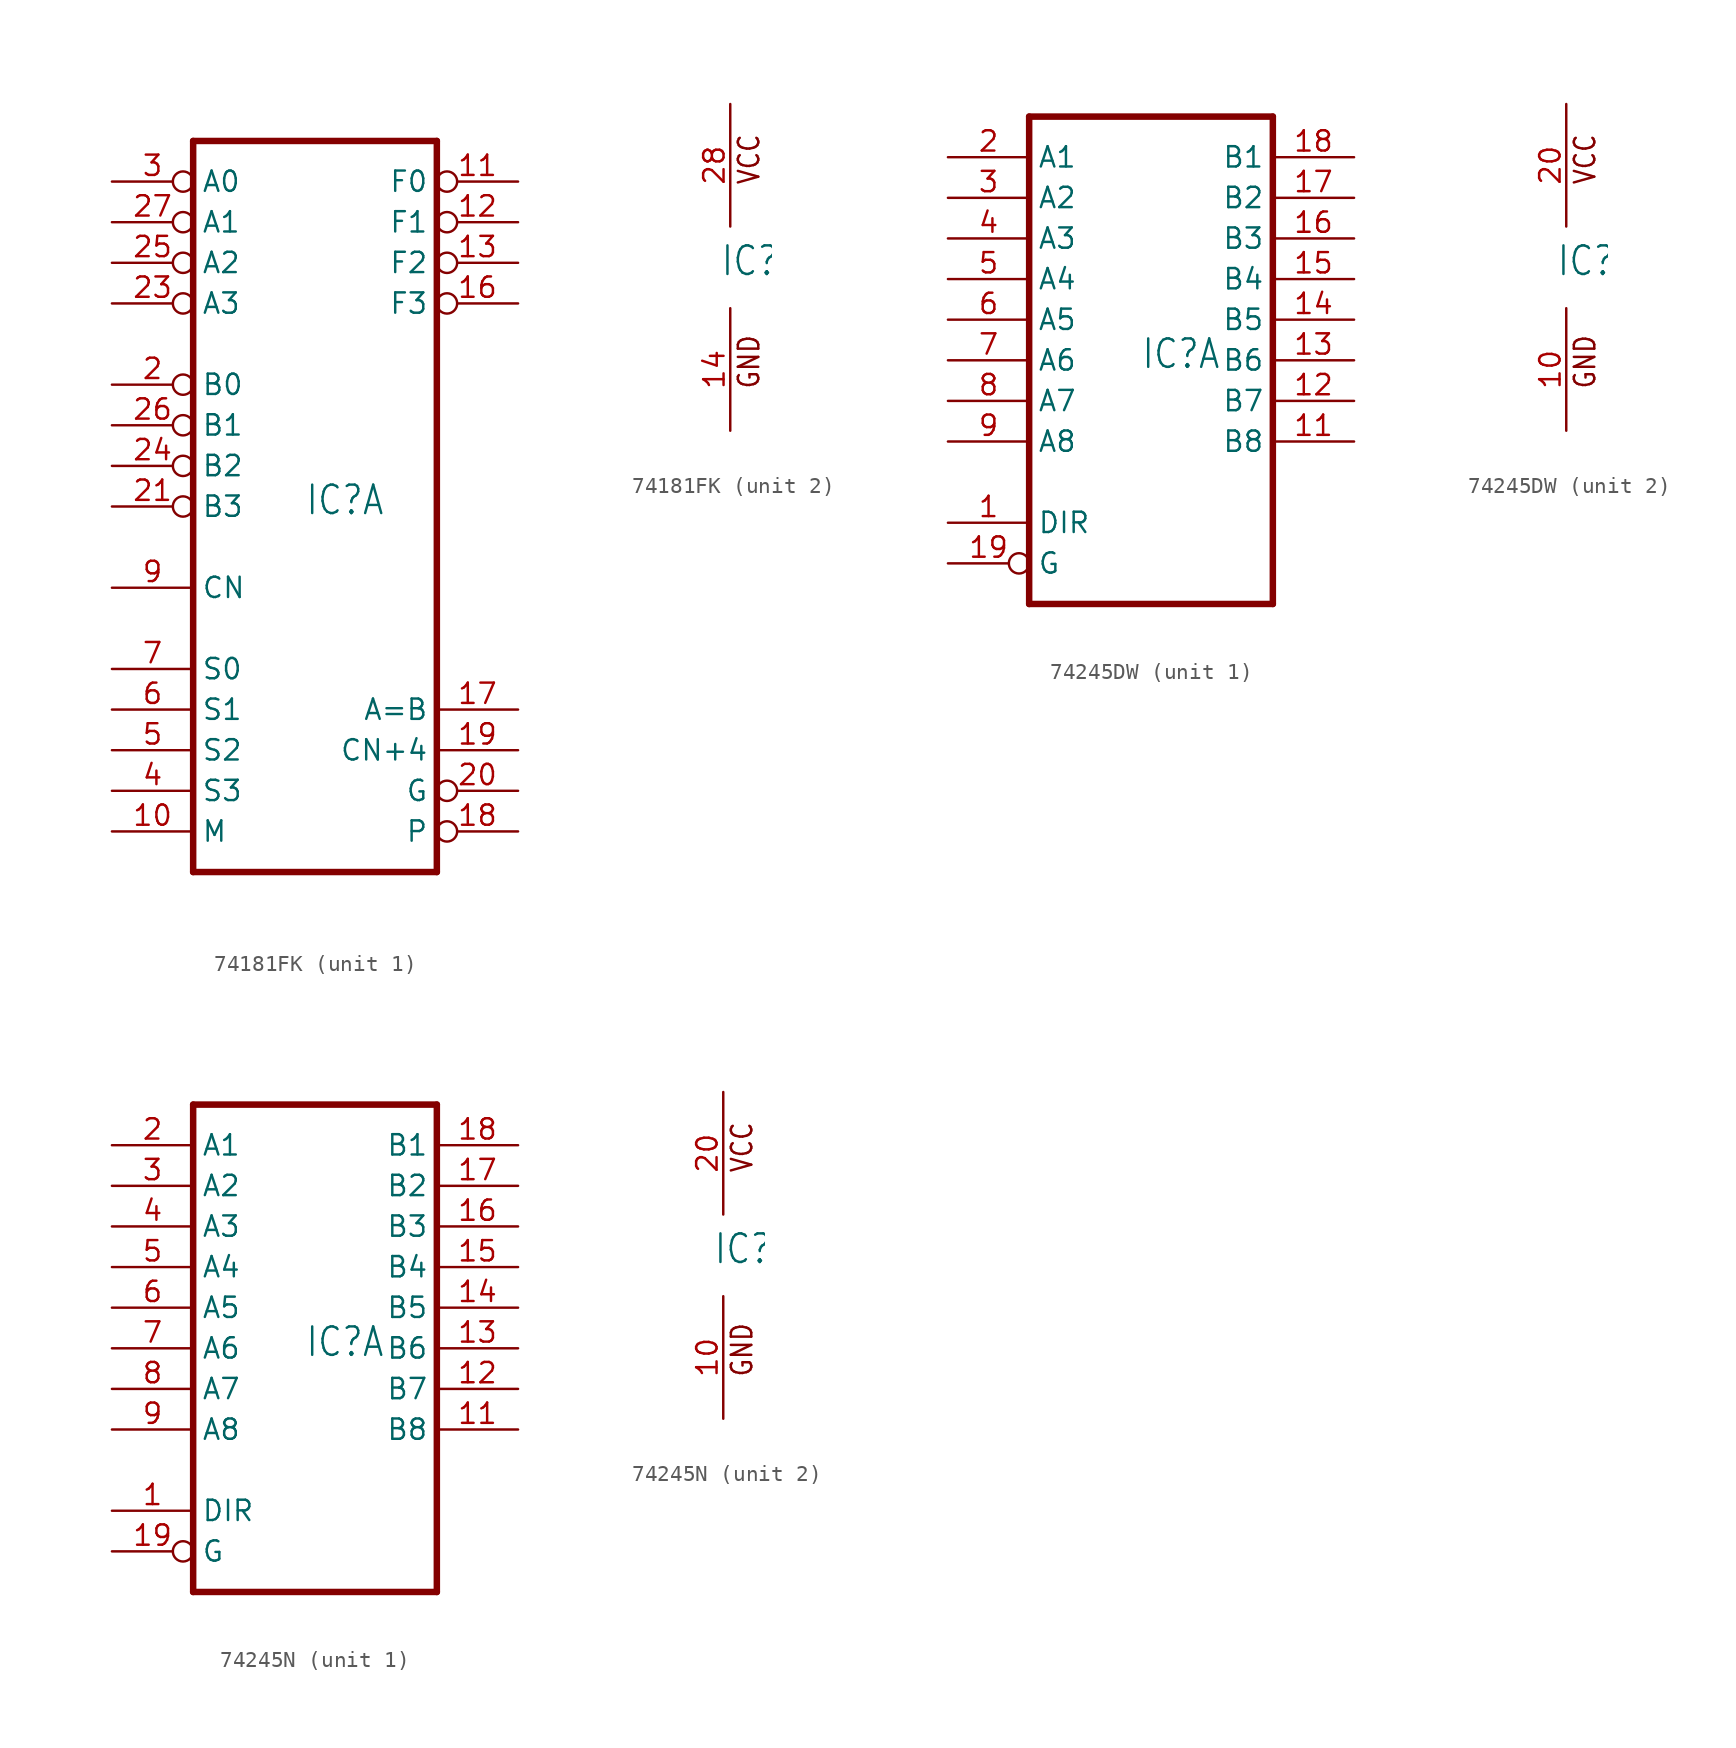
<source format=kicad_sym>
(kicad_symbol_lib
  (version 20231120)
  (generator "kicad_symbol_editor")
  (generator_version "8.0")
  (symbol "74181FK"
    (property "Reference" "IC"
      (at -0.635 -0.635 0)
      (effects (font (size 1.778 1.511)) (justify left bottom)))
    (property "ki_locked" ""
      (at 0 0 0)
      (effects (font (size 1.27 1.27))))
    (symbol "74181FK_1_0"
      (polyline (pts (xy -7.62 -22.86) (xy 7.62 -22.86)) (stroke (width 0.406) (type solid)) (fill (type none)))
      (polyline (pts (xy -7.62 22.86) (xy -7.62 -22.86)) (stroke (width 0.406) (type solid)) (fill (type none)))
      (polyline (pts (xy 7.62 -22.86) (xy 7.62 22.86)) (stroke (width 0.406) (type solid)) (fill (type none)))
      (polyline (pts (xy 7.62 22.86) (xy -7.62 22.86)) (stroke (width 0.406) (type solid)) (fill (type none)))
      (pin input line (at -12.7 -20.32 0) (length 5.08) (name "M" (effects (font (size 1.27 1.27)))) (number "10" (effects (font (size 1.27 1.27)))))
      (pin output inverted (at 12.7 20.32 180) (length 5.08) (name "F0" (effects (font (size 1.27 1.27)))) (number "11" (effects (font (size 1.27 1.27)))))
      (pin output inverted (at 12.7 17.78 180) (length 5.08) (name "F1" (effects (font (size 1.27 1.27)))) (number "12" (effects (font (size 1.27 1.27)))))
      (pin output inverted (at 12.7 15.24 180) (length 5.08) (name "F2" (effects (font (size 1.27 1.27)))) (number "13" (effects (font (size 1.27 1.27)))))
      (pin output inverted (at 12.7 12.7 180) (length 5.08) (name "F3" (effects (font (size 1.27 1.27)))) (number "16" (effects (font (size 1.27 1.27)))))
      (pin output line (at 12.7 -12.7 180) (length 5.08) (name "A=B" (effects (font (size 1.27 1.27)))) (number "17" (effects (font (size 1.27 1.27)))))
      (pin output inverted (at 12.7 -20.32 180) (length 5.08) (name "P" (effects (font (size 1.27 1.27)))) (number "18" (effects (font (size 1.27 1.27)))))
      (pin output line (at 12.7 -15.24 180) (length 5.08) (name "CN+4" (effects (font (size 1.27 1.27)))) (number "19" (effects (font (size 1.27 1.27)))))
      (pin input inverted (at -12.7 7.62 0) (length 5.08) (name "B0" (effects (font (size 1.27 1.27)))) (number "2" (effects (font (size 1.27 1.27)))))
      (pin output inverted (at 12.7 -17.78 180) (length 5.08) (name "G" (effects (font (size 1.27 1.27)))) (number "20" (effects (font (size 1.27 1.27)))))
      (pin input inverted (at -12.7 0 0) (length 5.08) (name "B3" (effects (font (size 1.27 1.27)))) (number "21" (effects (font (size 1.27 1.27)))))
      (pin input inverted (at -12.7 12.7 0) (length 5.08) (name "A3" (effects (font (size 1.27 1.27)))) (number "23" (effects (font (size 1.27 1.27)))))
      (pin input inverted (at -12.7 2.54 0) (length 5.08) (name "B2" (effects (font (size 1.27 1.27)))) (number "24" (effects (font (size 1.27 1.27)))))
      (pin input inverted (at -12.7 15.24 0) (length 5.08) (name "A2" (effects (font (size 1.27 1.27)))) (number "25" (effects (font (size 1.27 1.27)))))
      (pin input inverted (at -12.7 5.08 0) (length 5.08) (name "B1" (effects (font (size 1.27 1.27)))) (number "26" (effects (font (size 1.27 1.27)))))
      (pin input inverted (at -12.7 17.78 0) (length 5.08) (name "A1" (effects (font (size 1.27 1.27)))) (number "27" (effects (font (size 1.27 1.27)))))
      (pin input inverted (at -12.7 20.32 0) (length 5.08) (name "A0" (effects (font (size 1.27 1.27)))) (number "3" (effects (font (size 1.27 1.27)))))
      (pin input line (at -12.7 -17.78 0) (length 5.08) (name "S3" (effects (font (size 1.27 1.27)))) (number "4" (effects (font (size 1.27 1.27)))))
      (pin input line (at -12.7 -15.24 0) (length 5.08) (name "S2" (effects (font (size 1.27 1.27)))) (number "5" (effects (font (size 1.27 1.27)))))
      (pin input line (at -12.7 -12.7 0) (length 5.08) (name "S1" (effects (font (size 1.27 1.27)))) (number "6" (effects (font (size 1.27 1.27)))))
      (pin input line (at -12.7 -10.16 0) (length 5.08) (name "S0" (effects (font (size 1.27 1.27)))) (number "7" (effects (font (size 1.27 1.27)))))
      (pin input line (at -12.7 -5.08 0) (length 5.08) (name "CN" (effects (font (size 1.27 1.27)))) (number "9" (effects (font (size 1.27 1.27))))))
    (symbol "74181FK_2_0"
      (text "GND" (at 1.905 -7.62 900) (effects (font (size 1.27 1.079)) (justify left bottom)))
      (text "VCC" (at 1.905 5.08 900) (effects (font (size 1.27 1.079)) (justify left bottom)))
      (pin power_in line (at 0 -10.16 90) (length 7.62) (name "GND" (effects (font (size 0 0)))) (number "14" (effects (font (size 1.27 1.27)))))
      (pin power_in line (at 0 10.16 270) (length 7.62) (name "VCC" (effects (font (size 0 0)))) (number "28" (effects (font (size 1.27 1.27)))))))
  (symbol "74245DW"
    (property "Reference" "IC"
      (at -0.635 -0.635 0)
      (effects (font (size 1.778 1.511)) (justify left bottom)))
    (property "ki_locked" ""
      (at 0 0 0)
      (effects (font (size 1.27 1.27))))
    (symbol "74245DW_1_0"
      (polyline (pts (xy -7.62 -15.24) (xy 7.62 -15.24)) (stroke (width 0.406) (type solid)) (fill (type none)))
      (polyline (pts (xy -7.62 15.24) (xy -7.62 -15.24)) (stroke (width 0.406) (type solid)) (fill (type none)))
      (polyline (pts (xy 7.62 -15.24) (xy 7.62 15.24)) (stroke (width 0.406) (type solid)) (fill (type none)))
      (polyline (pts (xy 7.62 15.24) (xy -7.62 15.24)) (stroke (width 0.406) (type solid)) (fill (type none)))
      (pin input line (at -12.7 -10.16 0) (length 5.08) (name "DIR" (effects (font (size 1.27 1.27)))) (number "1" (effects (font (size 1.27 1.27)))))
      (pin bidirectional line (at 12.7 -5.08 180) (length 5.08) (name "B8" (effects (font (size 1.27 1.27)))) (number "11" (effects (font (size 1.27 1.27)))))
      (pin bidirectional line (at 12.7 -2.54 180) (length 5.08) (name "B7" (effects (font (size 1.27 1.27)))) (number "12" (effects (font (size 1.27 1.27)))))
      (pin bidirectional line (at 12.7 0 180) (length 5.08) (name "B6" (effects (font (size 1.27 1.27)))) (number "13" (effects (font (size 1.27 1.27)))))
      (pin bidirectional line (at 12.7 2.54 180) (length 5.08) (name "B5" (effects (font (size 1.27 1.27)))) (number "14" (effects (font (size 1.27 1.27)))))
      (pin bidirectional line (at 12.7 5.08 180) (length 5.08) (name "B4" (effects (font (size 1.27 1.27)))) (number "15" (effects (font (size 1.27 1.27)))))
      (pin bidirectional line (at 12.7 7.62 180) (length 5.08) (name "B3" (effects (font (size 1.27 1.27)))) (number "16" (effects (font (size 1.27 1.27)))))
      (pin bidirectional line (at 12.7 10.16 180) (length 5.08) (name "B2" (effects (font (size 1.27 1.27)))) (number "17" (effects (font (size 1.27 1.27)))))
      (pin bidirectional line (at 12.7 12.7 180) (length 5.08) (name "B1" (effects (font (size 1.27 1.27)))) (number "18" (effects (font (size 1.27 1.27)))))
      (pin input inverted (at -12.7 -12.7 0) (length 5.08) (name "G" (effects (font (size 1.27 1.27)))) (number "19" (effects (font (size 1.27 1.27)))))
      (pin bidirectional line (at -12.7 12.7 0) (length 5.08) (name "A1" (effects (font (size 1.27 1.27)))) (number "2" (effects (font (size 1.27 1.27)))))
      (pin bidirectional line (at -12.7 10.16 0) (length 5.08) (name "A2" (effects (font (size 1.27 1.27)))) (number "3" (effects (font (size 1.27 1.27)))))
      (pin bidirectional line (at -12.7 7.62 0) (length 5.08) (name "A3" (effects (font (size 1.27 1.27)))) (number "4" (effects (font (size 1.27 1.27)))))
      (pin bidirectional line (at -12.7 5.08 0) (length 5.08) (name "A4" (effects (font (size 1.27 1.27)))) (number "5" (effects (font (size 1.27 1.27)))))
      (pin bidirectional line (at -12.7 2.54 0) (length 5.08) (name "A5" (effects (font (size 1.27 1.27)))) (number "6" (effects (font (size 1.27 1.27)))))
      (pin bidirectional line (at -12.7 0 0) (length 5.08) (name "A6" (effects (font (size 1.27 1.27)))) (number "7" (effects (font (size 1.27 1.27)))))
      (pin bidirectional line (at -12.7 -2.54 0) (length 5.08) (name "A7" (effects (font (size 1.27 1.27)))) (number "8" (effects (font (size 1.27 1.27)))))
      (pin bidirectional line (at -12.7 -5.08 0) (length 5.08) (name "A8" (effects (font (size 1.27 1.27)))) (number "9" (effects (font (size 1.27 1.27))))))
    (symbol "74245DW_2_0"
      (text "GND" (at 1.905 -7.62 900) (effects (font (size 1.27 1.079)) (justify left bottom)))
      (text "VCC" (at 1.905 5.08 900) (effects (font (size 1.27 1.079)) (justify left bottom)))
      (pin power_in line (at 0 -10.16 90) (length 7.62) (name "GND" (effects (font (size 0 0)))) (number "10" (effects (font (size 1.27 1.27)))))
      (pin power_in line (at 0 10.16 270) (length 7.62) (name "VCC" (effects (font (size 0 0)))) (number "20" (effects (font (size 1.27 1.27)))))))
  (symbol "74245N"
    (property "Reference" "IC"
      (at -0.635 -0.635 0)
      (effects (font (size 1.778 1.511)) (justify left bottom)))
    (property "ki_locked" ""
      (at 0 0 0)
      (effects (font (size 1.27 1.27))))
    (symbol "74245N_1_0"
      (polyline (pts (xy -7.62 -15.24) (xy 7.62 -15.24)) (stroke (width 0.406) (type solid)) (fill (type none)))
      (polyline (pts (xy -7.62 15.24) (xy -7.62 -15.24)) (stroke (width 0.406) (type solid)) (fill (type none)))
      (polyline (pts (xy 7.62 -15.24) (xy 7.62 15.24)) (stroke (width 0.406) (type solid)) (fill (type none)))
      (polyline (pts (xy 7.62 15.24) (xy -7.62 15.24)) (stroke (width 0.406) (type solid)) (fill (type none)))
      (pin input line (at -12.7 -10.16 0) (length 5.08) (name "DIR" (effects (font (size 1.27 1.27)))) (number "1" (effects (font (size 1.27 1.27)))))
      (pin bidirectional line (at 12.7 -5.08 180) (length 5.08) (name "B8" (effects (font (size 1.27 1.27)))) (number "11" (effects (font (size 1.27 1.27)))))
      (pin bidirectional line (at 12.7 -2.54 180) (length 5.08) (name "B7" (effects (font (size 1.27 1.27)))) (number "12" (effects (font (size 1.27 1.27)))))
      (pin bidirectional line (at 12.7 0 180) (length 5.08) (name "B6" (effects (font (size 1.27 1.27)))) (number "13" (effects (font (size 1.27 1.27)))))
      (pin bidirectional line (at 12.7 2.54 180) (length 5.08) (name "B5" (effects (font (size 1.27 1.27)))) (number "14" (effects (font (size 1.27 1.27)))))
      (pin bidirectional line (at 12.7 5.08 180) (length 5.08) (name "B4" (effects (font (size 1.27 1.27)))) (number "15" (effects (font (size 1.27 1.27)))))
      (pin bidirectional line (at 12.7 7.62 180) (length 5.08) (name "B3" (effects (font (size 1.27 1.27)))) (number "16" (effects (font (size 1.27 1.27)))))
      (pin bidirectional line (at 12.7 10.16 180) (length 5.08) (name "B2" (effects (font (size 1.27 1.27)))) (number "17" (effects (font (size 1.27 1.27)))))
      (pin bidirectional line (at 12.7 12.7 180) (length 5.08) (name "B1" (effects (font (size 1.27 1.27)))) (number "18" (effects (font (size 1.27 1.27)))))
      (pin input inverted (at -12.7 -12.7 0) (length 5.08) (name "G" (effects (font (size 1.27 1.27)))) (number "19" (effects (font (size 1.27 1.27)))))
      (pin bidirectional line (at -12.7 12.7 0) (length 5.08) (name "A1" (effects (font (size 1.27 1.27)))) (number "2" (effects (font (size 1.27 1.27)))))
      (pin bidirectional line (at -12.7 10.16 0) (length 5.08) (name "A2" (effects (font (size 1.27 1.27)))) (number "3" (effects (font (size 1.27 1.27)))))
      (pin bidirectional line (at -12.7 7.62 0) (length 5.08) (name "A3" (effects (font (size 1.27 1.27)))) (number "4" (effects (font (size 1.27 1.27)))))
      (pin bidirectional line (at -12.7 5.08 0) (length 5.08) (name "A4" (effects (font (size 1.27 1.27)))) (number "5" (effects (font (size 1.27 1.27)))))
      (pin bidirectional line (at -12.7 2.54 0) (length 5.08) (name "A5" (effects (font (size 1.27 1.27)))) (number "6" (effects (font (size 1.27 1.27)))))
      (pin bidirectional line (at -12.7 0 0) (length 5.08) (name "A6" (effects (font (size 1.27 1.27)))) (number "7" (effects (font (size 1.27 1.27)))))
      (pin bidirectional line (at -12.7 -2.54 0) (length 5.08) (name "A7" (effects (font (size 1.27 1.27)))) (number "8" (effects (font (size 1.27 1.27)))))
      (pin bidirectional line (at -12.7 -5.08 0) (length 5.08) (name "A8" (effects (font (size 1.27 1.27)))) (number "9" (effects (font (size 1.27 1.27))))))
    (symbol "74245N_2_0"
      (text "GND" (at 1.905 -7.62 900) (effects (font (size 1.27 1.079)) (justify left bottom)))
      (text "VCC" (at 1.905 5.08 900) (effects (font (size 1.27 1.079)) (justify left bottom)))
      (pin power_in line (at 0 -10.16 90) (length 7.62) (name "GND" (effects (font (size 0 0)))) (number "10" (effects (font (size 1.27 1.27)))))
      (pin power_in line (at 0 10.16 270) (length 7.62) (name "VCC" (effects (font (size 0 0)))) (number "20" (effects (font (size 1.27 1.27))))))))
</source>
